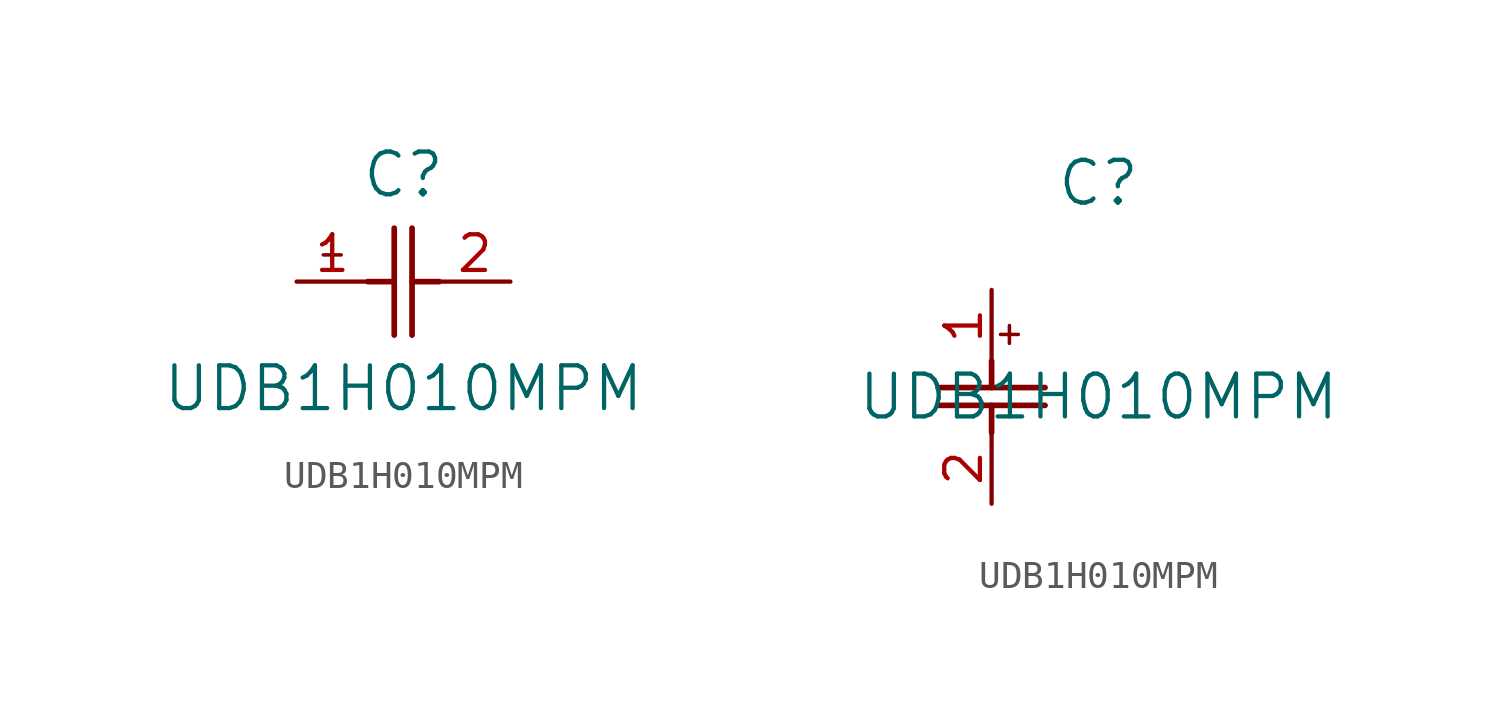
<source format=kicad_sym>
(kicad_symbol_lib
  (version 20211014)
  (generator kicad_symbol_editor)
  (symbol "UDB1H010MPM"
    (pin_names
      (offset 0.254))
    (property "Reference" "C"
      (at 3.81 3.81 0)
      (effects (font (size 1.524 1.524))))
    (property "Value" "UDB1H010MPM"
      (at 3.81 -3.81 0)
      (effects (font (size 1.524 1.524))))
    (symbol "UDB1H010MPM_1_1"
      (polyline (pts (xy 3.48 -1.905) (xy 3.48 1.905)) (stroke (width 0.203) (type default) (color 0 0 0 0)) (fill (type none)))
      (polyline (pts (xy 4.115 -1.905) (xy 4.115 1.905)) (stroke (width 0.203) (type default) (color 0 0 0 0)) (fill (type none)))
      (polyline (pts (xy 4.115 0) (xy 5.08 0)) (stroke (width 0.203) (type default) (color 0 0 0 0)) (fill (type none)))
      (polyline (pts (xy 2.54 0) (xy 3.48 0)) (stroke (width 0.203) (type default) (color 0 0 0 0)) (fill (type none)))
      (polyline (pts (xy 1.27 1.27) (xy 1.27 0.635)) (stroke (width 0.127) (type default) (color 0 0 0 0)) (fill (type none)))
      (polyline (pts (xy 0.953 0.953) (xy 1.587 0.953)) (stroke (width 0.127) (type default) (color 0 0 0 0)) (fill (type none)))
      (pin unspecified line (at 0 0 0) (length 2.54) (name "" (effects (font (size 1.27 1.27)))) (number "1" (effects (font (size 1.27 1.27)))))
      (pin unspecified line (at 7.62 0 180) (length 2.54) (name "" (effects (font (size 1.27 1.27)))) (number "2" (effects (font (size 1.27 1.27))))))
    (symbol "UDB1H010MPM_1_2"
      (polyline (pts (xy -1.905 -3.48) (xy 1.905 -3.48)) (stroke (width 0.203) (type default) (color 0 0 0 0)) (fill (type none)))
      (polyline (pts (xy -1.905 -4.115) (xy 1.905 -4.115)) (stroke (width 0.203) (type default) (color 0 0 0 0)) (fill (type none)))
      (polyline (pts (xy 0 -4.115) (xy 0 -5.08)) (stroke (width 0.203) (type default) (color 0 0 0 0)) (fill (type none)))
      (polyline (pts (xy 0 -2.54) (xy 0 -3.48)) (stroke (width 0.203) (type default) (color 0 0 0 0)) (fill (type none)))
      (polyline (pts (xy 0.635 -1.27) (xy 0.635 -1.905)) (stroke (width 0.127) (type default) (color 0 0 0 0)) (fill (type none)))
      (polyline (pts (xy 0.318 -1.587) (xy 0.953 -1.587)) (stroke (width 0.127) (type default) (color 0 0 0 0)) (fill (type none)))
      (pin unspecified line (at 0 0 270) (length 2.54) (name "" (effects (font (size 1.27 1.27)))) (number "1" (effects (font (size 1.27 1.27)))))
      (pin unspecified line (at 0 -7.62 90) (length 2.54) (name "" (effects (font (size 1.27 1.27)))) (number "2" (effects (font (size 1.27 1.27))))))))
</source>
